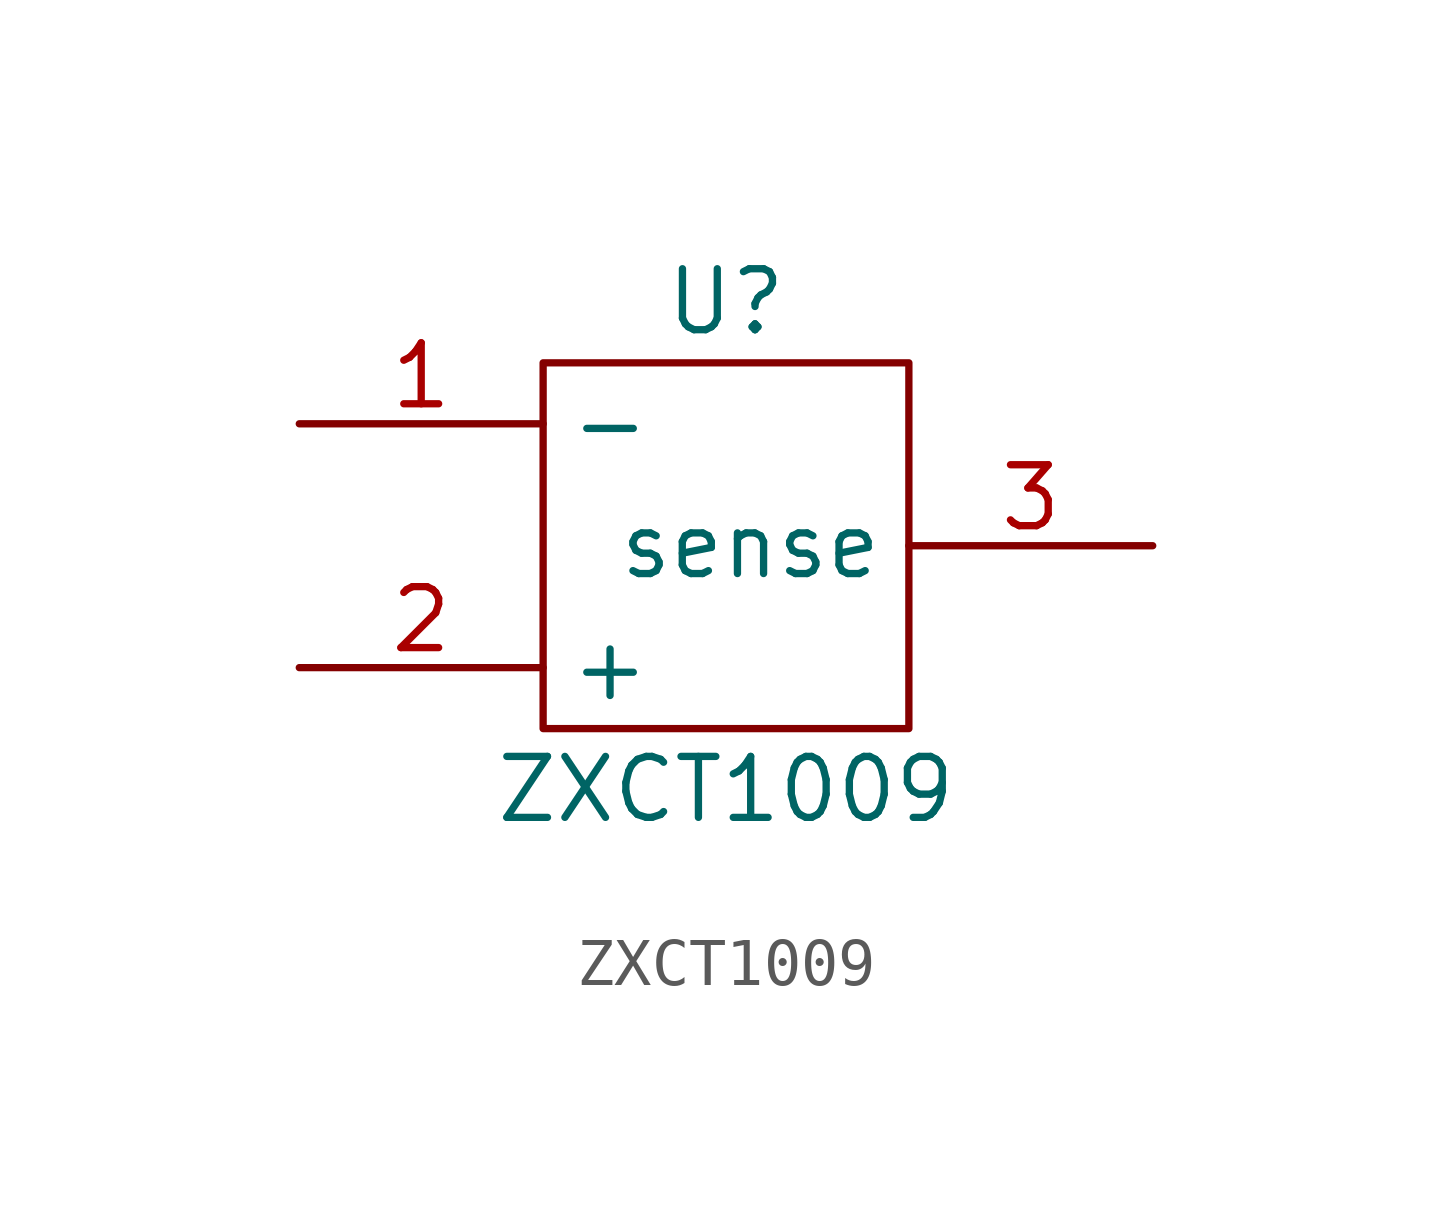
<source format=kicad_sym>
(kicad_symbol_lib
  (version 20220914)
  (generator kicad_symbol_editor)
  (symbol "ZXCT1009"
    (property "Reference" "U"
      (at 0 5.08 0)
      (effects (font (size 1.27 1.27))))
    (property "Value" "ZXCT1009"
      (at 0 -5.08 0)
      (effects (font (size 1.27 1.27))))
    (symbol "ZXCT1009_0_0"
      (text "" (at 0 -6.35 0) (effects (font (size 1.27 1.27)))))
    (symbol "ZXCT1009_0_1"
      (rectangle (start -3.81 3.81) (end 3.81 -3.81) (stroke (width 0) (type default)) (fill (type none))))
    (symbol "ZXCT1009_1_1"
      (pin passive line (at -8.89 2.54 0) (length 5.08) (name "-" (effects (font (size 1.27 1.27)))) (number "1" (effects (font (size 1.27 1.27)))))
      (pin passive line (at -8.89 -2.54 0) (length 5.08) (name "+" (effects (font (size 1.27 1.27)))) (number "2" (effects (font (size 1.27 1.27)))))
      (pin passive line (at 8.89 0 180) (length 5.08) (name "sense" (effects (font (size 1.27 1.27)))) (number "3" (effects (font (size 1.27 1.27))))))))
</source>
